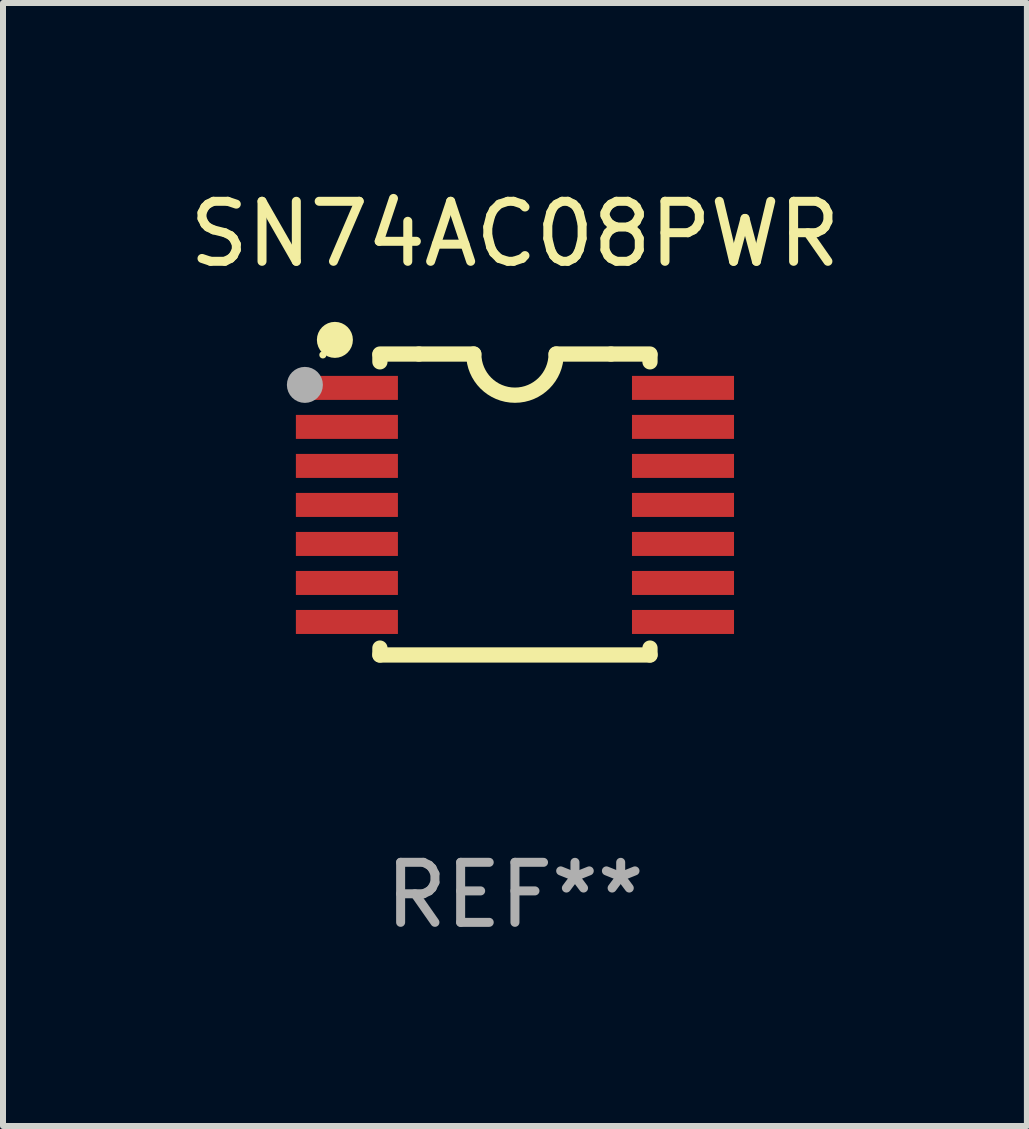
<source format=kicad_pcb>
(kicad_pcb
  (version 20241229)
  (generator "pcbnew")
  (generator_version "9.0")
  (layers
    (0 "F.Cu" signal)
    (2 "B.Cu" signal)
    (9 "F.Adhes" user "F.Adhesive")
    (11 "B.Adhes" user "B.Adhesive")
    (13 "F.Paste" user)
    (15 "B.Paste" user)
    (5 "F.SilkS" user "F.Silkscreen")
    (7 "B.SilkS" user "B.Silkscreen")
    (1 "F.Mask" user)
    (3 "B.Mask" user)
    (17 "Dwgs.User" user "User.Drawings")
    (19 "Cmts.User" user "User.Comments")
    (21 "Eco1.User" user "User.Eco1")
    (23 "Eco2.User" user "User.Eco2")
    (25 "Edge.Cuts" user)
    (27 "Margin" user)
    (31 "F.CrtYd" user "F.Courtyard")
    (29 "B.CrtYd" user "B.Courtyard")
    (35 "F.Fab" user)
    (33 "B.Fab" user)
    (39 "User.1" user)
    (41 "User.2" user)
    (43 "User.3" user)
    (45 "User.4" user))
  (footprint "SN74AC08PWR"
    (layer "F.Cu")
    (at 5.53 5.356)
    (property "Reference" "SN74AC08PWR" (at 0 -4.507 0) (layer "F.SilkS") (effects (font (size 1 1) (thickness 0.15))))
    (attr through_hole)
    (fp_line (start -2.25 -2.377) (end -2.25 -2.493) (stroke (width 0.254) (type solid)) (layer "F.SilkS"))
    (fp_line (start -2.25 2.507) (end -2.25 2.392) (stroke (width 0.254) (type solid)) (layer "F.SilkS"))
    (fp_line (start -1.6 -2.507) (end -2.25 -2.507) (stroke (width 0.254) (type solid)) (layer "F.SilkS"))
    (fp_line (start -1.6 -2.507) (end -0.686 -2.507) (stroke (width 0.254) (type solid)) (layer "F.SilkS"))
    (fp_line (start 0.686 -2.507) (end 1.6 -2.507) (stroke (width 0.254) (type solid)) (layer "F.SilkS"))
    (fp_line (start 1.6 -2.507) (end 2.25 -2.507) (stroke (width 0.254) (type solid)) (layer "F.SilkS"))
    (fp_line (start 2.25 -2.493) (end 2.25 -2.377) (stroke (width 0.254) (type solid)) (layer "F.SilkS"))
    (fp_line (start 2.25 2.392) (end 2.25 2.507) (stroke (width 0.254) (type solid)) (layer "F.SilkS"))
    (fp_line (start 2.25 2.507) (end -2.25 2.507) (stroke (width 0.254) (type solid)) (layer "F.SilkS"))
    (fp_arc (start 0.685852 -2.507303) (mid 0.000051 -1.821502) (end -0.68575 -2.507303) (stroke (width 0.254001) (type solid)) (layer "F.SilkS"))
    (fp_circle (center -3.2 -2.493) (end -3.17 -2.493) (stroke (width 0.06) (type solid)) (fill no) (layer "F.SilkS"))
    (fp_circle (center -3 -2.743) (end -2.85 -2.743) (stroke (width 0.3) (type solid)) (fill no) (layer "F.SilkS"))
    (fp_circle (center -3.5 -1.993) (end -3.35 -1.993) (stroke (width 0.3) (type solid)) (fill no) (layer "F.Fab"))
    (fp_text user "REF**" (at 0 6.507 0) (layer "F.Fab") (effects (font (size 1 1) (thickness 0.15))))
    (pad "1" smd rect (at -2.8 -1.943) (size 1.7 0.4) (layers "F.Cu" "F.Mask" "F.Paste"))
    (pad "2" smd rect (at -2.8 -1.293) (size 1.7 0.4) (layers "F.Cu" "F.Mask" "F.Paste"))
    (pad "3" smd rect (at -2.8 -0.643) (size 1.7 0.4) (layers "F.Cu" "F.Mask" "F.Paste"))
    (pad "4" smd rect (at -2.8 0.007) (size 1.7 0.4) (layers "F.Cu" "F.Mask" "F.Paste"))
    (pad "5" smd rect (at -2.8 0.657) (size 1.7 0.4) (layers "F.Cu" "F.Mask" "F.Paste"))
    (pad "6" smd rect (at -2.8 1.307) (size 1.7 0.4) (layers "F.Cu" "F.Mask" "F.Paste"))
    (pad "7" smd rect (at -2.8 1.957) (size 1.7 0.4) (layers "F.Cu" "F.Mask" "F.Paste"))
    (pad "8" smd rect (at 2.8 1.957) (size 1.7 0.4) (layers "F.Cu" "F.Mask" "F.Paste"))
    (pad "9" smd rect (at 2.8 1.307) (size 1.7 0.4) (layers "F.Cu" "F.Mask" "F.Paste"))
    (pad "10" smd rect (at 2.8 0.657) (size 1.7 0.4) (layers "F.Cu" "F.Mask" "F.Paste"))
    (pad "11" smd rect (at 2.8 0.007) (size 1.7 0.4) (layers "F.Cu" "F.Mask" "F.Paste"))
    (pad "12" smd rect (at 2.8 -0.643) (size 1.7 0.4) (layers "F.Cu" "F.Mask" "F.Paste"))
    (pad "13" smd rect (at 2.8 -1.293) (size 1.7 0.4) (layers "F.Cu" "F.Mask" "F.Paste"))
    (pad "14" smd rect (at 2.8 -1.943) (size 1.7 0.4) (layers "F.Cu" "F.Mask" "F.Paste")))
  (gr_rect
    (start -3 -3)
    (end 14.06 15.711)
    (stroke (width 0.1) (type default))
    (fill no)
    (layer "Edge.Cuts")))
</source>
